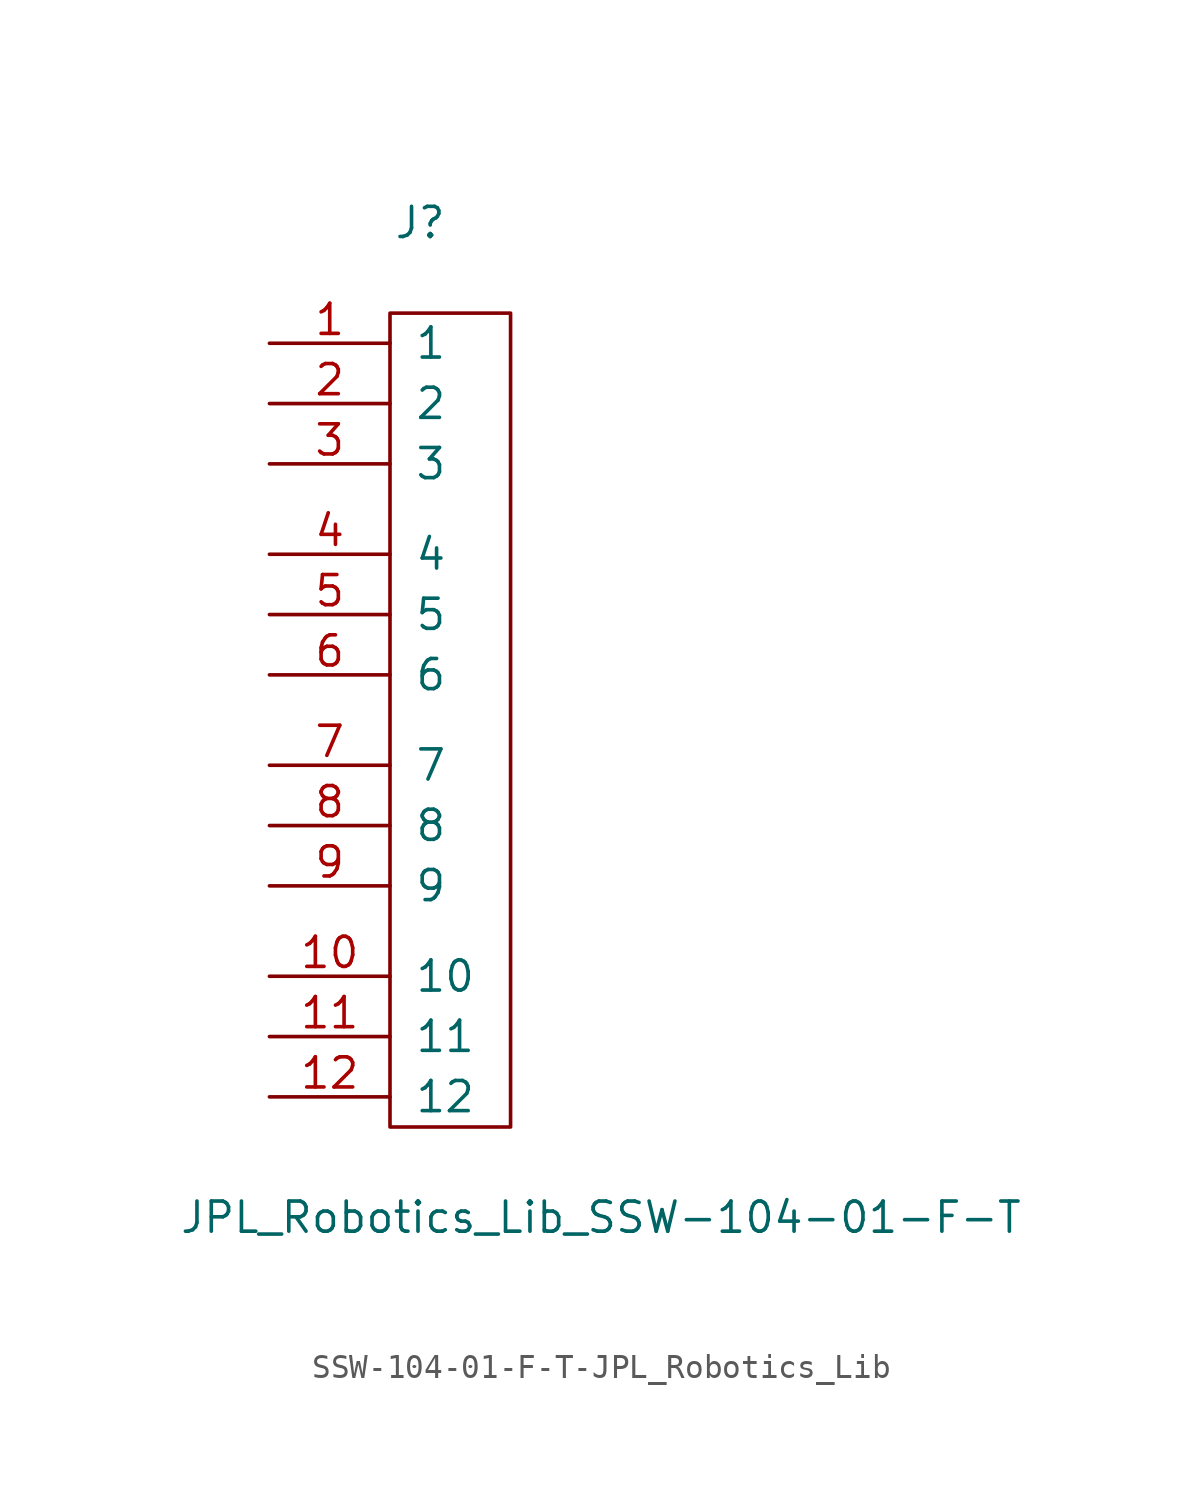
<source format=kicad_sym>
(kicad_symbol_lib
  (version 20231120)
  (generator "kicad_symbol_editor")
  (generator_version "8.0")
  (symbol "SSW-104-01-F-T-JPL_Robotics_Lib"
    (pin_names
      (offset 1.016))
    (property "Reference" "J"
      (at 1.27 40.64 0)
      (effects (font (size 1.27 1.27))))
    (property "Value" "JPL_Robotics_Lib_SSW-104-01-F-T"
      (at 8.89 -1.27 0)
      (effects (font (size 1.27 1.27))))
    (symbol "SSW-104-01-F-T-JPL_Robotics_Lib_0_1"
      (rectangle (start 0 2.54) (end 5.08 36.83) (stroke (width 0) (type solid)) (fill (type none))))
    (symbol "SSW-104-01-F-T-JPL_Robotics_Lib_1_1"
      (pin passive line (at -5.08 35.56 0) (length 5.08) (name "1" (effects (font (size 1.27 1.27)))) (number "1" (effects (font (size 1.27 1.27)))))
      (pin passive line (at -5.08 8.89 0) (length 5.08) (name "10" (effects (font (size 1.27 1.27)))) (number "10" (effects (font (size 1.27 1.27)))))
      (pin passive line (at -5.08 6.35 0) (length 5.08) (name "11" (effects (font (size 1.27 1.27)))) (number "11" (effects (font (size 1.27 1.27)))))
      (pin passive line (at -5.08 3.81 0) (length 5.08) (name "12" (effects (font (size 1.27 1.27)))) (number "12" (effects (font (size 1.27 1.27)))))
      (pin passive line (at -5.08 33.02 0) (length 5.08) (name "2" (effects (font (size 1.27 1.27)))) (number "2" (effects (font (size 1.27 1.27)))))
      (pin passive line (at -5.08 30.48 0) (length 5.08) (name "3" (effects (font (size 1.27 1.27)))) (number "3" (effects (font (size 1.27 1.27)))))
      (pin passive line (at -5.08 26.67 0) (length 5.08) (name "4" (effects (font (size 1.27 1.27)))) (number "4" (effects (font (size 1.27 1.27)))))
      (pin passive line (at -5.08 24.13 0) (length 5.08) (name "5" (effects (font (size 1.27 1.27)))) (number "5" (effects (font (size 1.27 1.27)))))
      (pin passive line (at -5.08 21.59 0) (length 5.08) (name "6" (effects (font (size 1.27 1.27)))) (number "6" (effects (font (size 1.27 1.27)))))
      (pin passive line (at -5.08 17.78 0) (length 5.08) (name "7" (effects (font (size 1.27 1.27)))) (number "7" (effects (font (size 1.27 1.27)))))
      (pin passive line (at -5.08 15.24 0) (length 5.08) (name "8" (effects (font (size 1.27 1.27)))) (number "8" (effects (font (size 1.27 1.27)))))
      (pin passive line (at -5.08 12.7 0) (length 5.08) (name "9" (effects (font (size 1.27 1.27)))) (number "9" (effects (font (size 1.27 1.27))))))))
</source>
